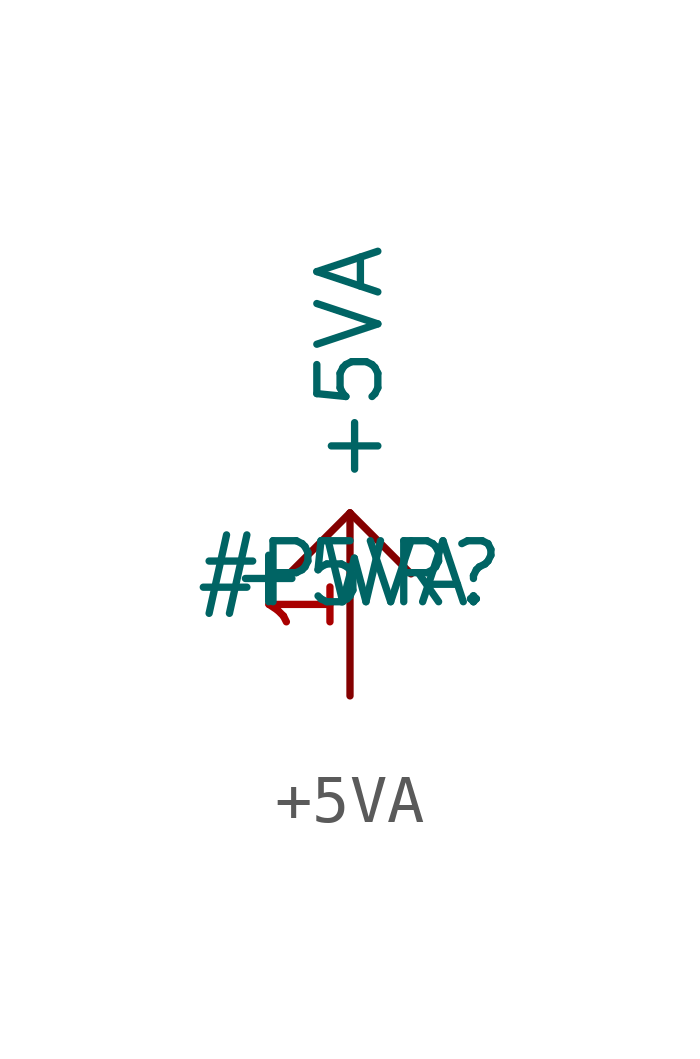
<source format=kicad_sym>
(kicad_symbol_lib
  (version 20231120)
  (generator "kicad_symbol_editor")
  (generator_version "8.0")
  (symbol "+5VA"
    (power)
    (property "Reference" "#PWR"
      (at 0 0 0)
      (effects (font (size 1.27 1.27))))
    (property "Value" "+5VA"
      (at 0 0 0)
      (effects (font (size 1.27 1.27))))
    (symbol "+5VA_0_1"
      (polyline (pts (xy 0 1.27) (xy -1.27 0)) (stroke (width 0) (type default)) (fill (type none)))
      (polyline (pts (xy 0 1.27) (xy 1.27 0)) (stroke (width 0) (type default)) (fill (type none))))
    (symbol "+5VA_1_1"
      (pin power_in line (at 0 -2.54 90) (length 3.81) (name "+5VA" (effects (font (size 1.27 1.27)))) (number "1" (effects (font (size 1.27 1.27))))))))
</source>
